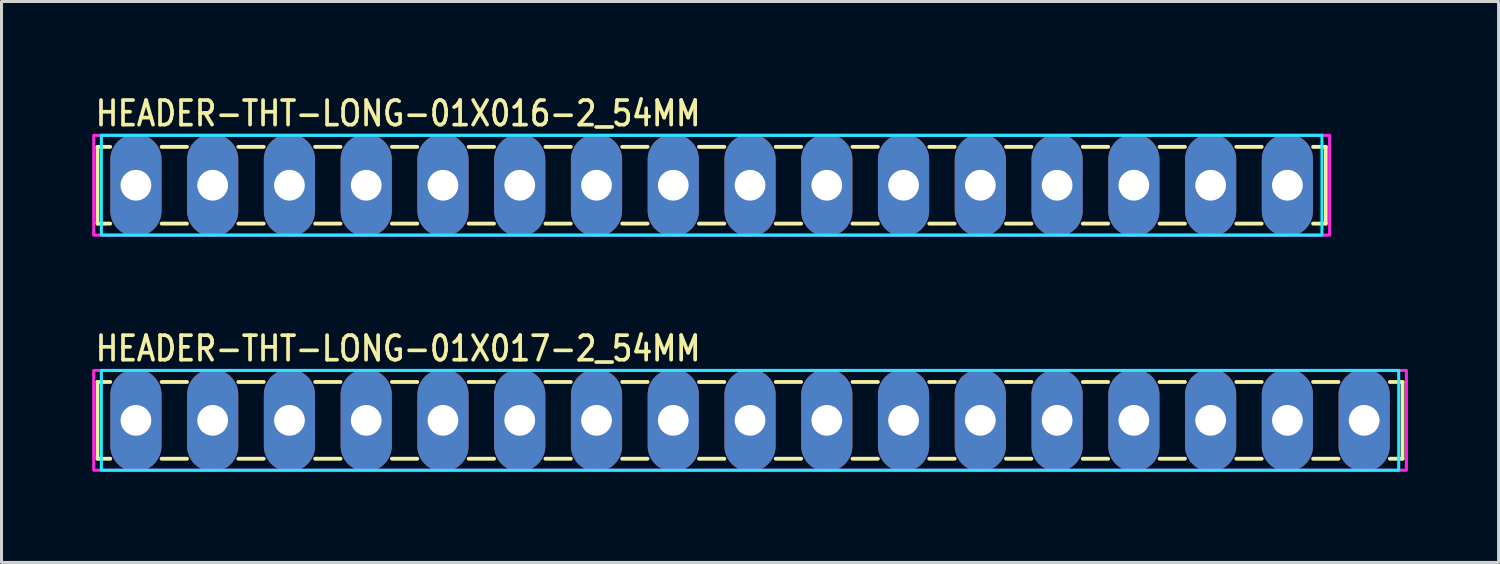
<source format=kicad_pcb>
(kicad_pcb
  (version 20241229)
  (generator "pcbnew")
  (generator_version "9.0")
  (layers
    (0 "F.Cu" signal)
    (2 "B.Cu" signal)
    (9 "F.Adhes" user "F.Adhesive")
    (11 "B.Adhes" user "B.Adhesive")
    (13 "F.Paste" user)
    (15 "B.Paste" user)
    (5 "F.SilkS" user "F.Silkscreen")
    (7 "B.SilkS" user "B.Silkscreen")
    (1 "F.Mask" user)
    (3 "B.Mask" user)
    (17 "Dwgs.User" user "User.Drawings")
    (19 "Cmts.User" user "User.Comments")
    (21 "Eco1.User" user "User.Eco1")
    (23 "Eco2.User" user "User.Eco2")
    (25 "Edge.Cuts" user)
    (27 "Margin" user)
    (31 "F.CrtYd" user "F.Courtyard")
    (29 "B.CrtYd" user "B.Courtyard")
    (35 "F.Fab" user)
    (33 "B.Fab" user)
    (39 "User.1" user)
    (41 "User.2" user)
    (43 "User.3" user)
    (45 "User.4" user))
  (footprint "HEADER-THT-LONG-01X017-2_54MM"
    (layer "F.Cu")
    (at 1.447 10.858)
    (property "Reference" "HEADER-THT-LONG-01X017-2_54MM" (at -1.4 -1.9 0) (unlocked yes) (layer "F.SilkS") (effects (font (size 0.813 0.695) (thickness 0.122)) (justify left bottom)))
    (fp_line (start -1.27 -1.27) (end -1.27 1.27) (stroke (width 0.127) (type solid)) (layer "F.SilkS"))
    (fp_line (start -1.27 1.27) (end -0.85 1.27) (stroke (width 0.127) (type solid)) (layer "F.SilkS"))
    (fp_line (start -0.85 -1.27) (end -1.27 -1.27) (stroke (width 0.127) (type solid)) (layer "F.SilkS"))
    (fp_line (start 0.85 -1.27) (end 1.69 -1.27) (stroke (width 0.127) (type solid)) (layer "F.SilkS"))
    (fp_line (start 0.85 1.27) (end 1.69 1.27) (stroke (width 0.127) (type solid)) (layer "F.SilkS"))
    (fp_line (start 3.39 -1.27) (end 4.23 -1.27) (stroke (width 0.127) (type solid)) (layer "F.SilkS"))
    (fp_line (start 3.39 1.27) (end 4.23 1.27) (stroke (width 0.127) (type solid)) (layer "F.SilkS"))
    (fp_line (start 5.93 -1.27) (end 6.77 -1.27) (stroke (width 0.127) (type solid)) (layer "F.SilkS"))
    (fp_line (start 5.93 1.27) (end 6.77 1.27) (stroke (width 0.127) (type solid)) (layer "F.SilkS"))
    (fp_line (start 8.47 -1.27) (end 9.31 -1.27) (stroke (width 0.127) (type solid)) (layer "F.SilkS"))
    (fp_line (start 8.47 1.27) (end 9.31 1.27) (stroke (width 0.127) (type solid)) (layer "F.SilkS"))
    (fp_line (start 11.01 -1.27) (end 11.85 -1.27) (stroke (width 0.127) (type solid)) (layer "F.SilkS"))
    (fp_line (start 11.01 1.27) (end 11.85 1.27) (stroke (width 0.127) (type solid)) (layer "F.SilkS"))
    (fp_line (start 13.55 -1.27) (end 14.39 -1.27) (stroke (width 0.127) (type solid)) (layer "F.SilkS"))
    (fp_line (start 13.55 1.27) (end 14.39 1.27) (stroke (width 0.127) (type solid)) (layer "F.SilkS"))
    (fp_line (start 16.09 -1.27) (end 16.93 -1.27) (stroke (width 0.127) (type solid)) (layer "F.SilkS"))
    (fp_line (start 16.09 1.27) (end 16.93 1.27) (stroke (width 0.127) (type solid)) (layer "F.SilkS"))
    (fp_line (start 18.63 -1.27) (end 19.47 -1.27) (stroke (width 0.127) (type solid)) (layer "F.SilkS"))
    (fp_line (start 18.63 1.27) (end 19.47 1.27) (stroke (width 0.127) (type solid)) (layer "F.SilkS"))
    (fp_line (start 21.17 -1.27) (end 22.01 -1.27) (stroke (width 0.127) (type solid)) (layer "F.SilkS"))
    (fp_line (start 21.17 1.27) (end 22.01 1.27) (stroke (width 0.127) (type solid)) (layer "F.SilkS"))
    (fp_line (start 23.71 -1.27) (end 24.55 -1.27) (stroke (width 0.127) (type solid)) (layer "F.SilkS"))
    (fp_line (start 23.71 1.27) (end 24.55 1.27) (stroke (width 0.127) (type solid)) (layer "F.SilkS"))
    (fp_line (start 26.25 -1.27) (end 27.09 -1.27) (stroke (width 0.127) (type solid)) (layer "F.SilkS"))
    (fp_line (start 26.25 1.27) (end 27.09 1.27) (stroke (width 0.127) (type solid)) (layer "F.SilkS"))
    (fp_line (start 28.79 -1.27) (end 29.63 -1.27) (stroke (width 0.127) (type solid)) (layer "F.SilkS"))
    (fp_line (start 28.79 1.27) (end 29.63 1.27) (stroke (width 0.127) (type solid)) (layer "F.SilkS"))
    (fp_line (start 31.33 -1.27) (end 32.17 -1.27) (stroke (width 0.127) (type solid)) (layer "F.SilkS"))
    (fp_line (start 31.33 1.27) (end 32.17 1.27) (stroke (width 0.127) (type solid)) (layer "F.SilkS"))
    (fp_line (start 33.87 -1.27) (end 34.71 -1.27) (stroke (width 0.127) (type solid)) (layer "F.SilkS"))
    (fp_line (start 33.87 1.27) (end 34.71 1.27) (stroke (width 0.127) (type solid)) (layer "F.SilkS"))
    (fp_line (start 36.41 -1.27) (end 37.25 -1.27) (stroke (width 0.127) (type solid)) (layer "F.SilkS"))
    (fp_line (start 36.41 1.27) (end 37.25 1.27) (stroke (width 0.127) (type solid)) (layer "F.SilkS"))
    (fp_line (start 38.95 -1.27) (end 39.79 -1.27) (stroke (width 0.127) (type solid)) (layer "F.SilkS"))
    (fp_line (start 38.95 1.27) (end 39.79 1.27) (stroke (width 0.127) (type solid)) (layer "F.SilkS"))
    (fp_line (start 41.49 -1.27) (end 41.91 -1.27) (stroke (width 0.127) (type solid)) (layer "F.SilkS"))
    (fp_line (start 41.91 -1.27) (end 41.91 1.27) (stroke (width 0.127) (type solid)) (layer "F.SilkS"))
    (fp_line (start 41.91 1.27) (end 41.49 1.27) (stroke (width 0.127) (type solid)) (layer "F.SilkS"))
    (fp_poly (pts (xy -1.143 -1.651) (xy 41.783 -1.651) (xy 41.783 1.651) (xy -1.143 1.651)) (stroke (width 0.1) (type solid)) (fill no) (layer "B.CrtYd"))
    (fp_poly (pts (xy -1.397 -1.651) (xy 42.037 -1.651) (xy 42.037 1.651) (xy -1.397 1.651)) (stroke (width 0.1) (type solid)) (fill no) (layer "F.CrtYd"))
    (pad "1" thru_hole oval (at 0 0 90) (size 3.387 1.693) (drill 1.016) (layers "*.Cu" "*.Mask"))
    (pad "2" thru_hole oval (at 2.54 0 90) (size 3.387 1.693) (drill 1.016) (layers "*.Cu" "*.Mask"))
    (pad "3" thru_hole oval (at 5.08 0 90) (size 3.387 1.693) (drill 1.016) (layers "*.Cu" "*.Mask"))
    (pad "4" thru_hole oval (at 7.62 0 90) (size 3.387 1.693) (drill 1.016) (layers "*.Cu" "*.Mask"))
    (pad "5" thru_hole oval (at 10.16 0 90) (size 3.387 1.693) (drill 1.016) (layers "*.Cu" "*.Mask"))
    (pad "6" thru_hole oval (at 12.7 0 90) (size 3.387 1.693) (drill 1.016) (layers "*.Cu" "*.Mask"))
    (pad "7" thru_hole oval (at 15.24 0 90) (size 3.387 1.693) (drill 1.016) (layers "*.Cu" "*.Mask"))
    (pad "8" thru_hole oval (at 17.78 0 90) (size 3.387 1.693) (drill 1.016) (layers "*.Cu" "*.Mask"))
    (pad "9" thru_hole oval (at 20.32 0 90) (size 3.387 1.693) (drill 1.016) (layers "*.Cu" "*.Mask"))
    (pad "10" thru_hole oval (at 22.86 0 90) (size 3.387 1.693) (drill 1.016) (layers "*.Cu" "*.Mask"))
    (pad "11" thru_hole oval (at 25.4 0 90) (size 3.387 1.693) (drill 1.016) (layers "*.Cu" "*.Mask"))
    (pad "12" thru_hole oval (at 27.94 0 90) (size 3.387 1.693) (drill 1.016) (layers "*.Cu" "*.Mask"))
    (pad "13" thru_hole oval (at 30.48 0 90) (size 3.387 1.693) (drill 1.016) (layers "*.Cu" "*.Mask"))
    (pad "14" thru_hole oval (at 33.02 0 90) (size 3.387 1.693) (drill 1.016) (layers "*.Cu" "*.Mask"))
    (pad "15" thru_hole oval (at 35.56 0 90) (size 3.387 1.693) (drill 1.016) (layers "*.Cu" "*.Mask"))
    (pad "16" thru_hole oval (at 38.1 0 90) (size 3.387 1.693) (drill 1.016) (layers "*.Cu" "*.Mask"))
    (pad "17" thru_hole oval (at 40.64 0 90) (size 3.387 1.693) (drill 1.016) (layers "*.Cu" "*.Mask")))
  (footprint "HEADER-THT-LONG-01X016-2_54MM"
    (layer "F.Cu")
    (at 1.447 3.079)
    (property "Reference" "HEADER-THT-LONG-01X016-2_54MM" (at -1.4 -1.9 0) (unlocked yes) (layer "F.SilkS") (effects (font (size 0.813 0.695) (thickness 0.122)) (justify left bottom)))
    (fp_line (start -1.27 -1.27) (end -1.27 1.27) (stroke (width 0.127) (type solid)) (layer "F.SilkS"))
    (fp_line (start -1.27 1.27) (end -0.85 1.27) (stroke (width 0.127) (type solid)) (layer "F.SilkS"))
    (fp_line (start -0.85 -1.27) (end -1.27 -1.27) (stroke (width 0.127) (type solid)) (layer "F.SilkS"))
    (fp_line (start 0.85 -1.27) (end 1.69 -1.27) (stroke (width 0.127) (type solid)) (layer "F.SilkS"))
    (fp_line (start 0.85 1.27) (end 1.69 1.27) (stroke (width 0.127) (type solid)) (layer "F.SilkS"))
    (fp_line (start 3.39 -1.27) (end 4.23 -1.27) (stroke (width 0.127) (type solid)) (layer "F.SilkS"))
    (fp_line (start 3.39 1.27) (end 4.23 1.27) (stroke (width 0.127) (type solid)) (layer "F.SilkS"))
    (fp_line (start 5.93 -1.27) (end 6.77 -1.27) (stroke (width 0.127) (type solid)) (layer "F.SilkS"))
    (fp_line (start 5.93 1.27) (end 6.77 1.27) (stroke (width 0.127) (type solid)) (layer "F.SilkS"))
    (fp_line (start 8.47 -1.27) (end 9.31 -1.27) (stroke (width 0.127) (type solid)) (layer "F.SilkS"))
    (fp_line (start 8.47 1.27) (end 9.31 1.27) (stroke (width 0.127) (type solid)) (layer "F.SilkS"))
    (fp_line (start 11.01 -1.27) (end 11.85 -1.27) (stroke (width 0.127) (type solid)) (layer "F.SilkS"))
    (fp_line (start 11.01 1.27) (end 11.85 1.27) (stroke (width 0.127) (type solid)) (layer "F.SilkS"))
    (fp_line (start 13.55 -1.27) (end 14.39 -1.27) (stroke (width 0.127) (type solid)) (layer "F.SilkS"))
    (fp_line (start 13.55 1.27) (end 14.39 1.27) (stroke (width 0.127) (type solid)) (layer "F.SilkS"))
    (fp_line (start 16.09 -1.27) (end 16.93 -1.27) (stroke (width 0.127) (type solid)) (layer "F.SilkS"))
    (fp_line (start 16.09 1.27) (end 16.93 1.27) (stroke (width 0.127) (type solid)) (layer "F.SilkS"))
    (fp_line (start 18.63 -1.27) (end 19.47 -1.27) (stroke (width 0.127) (type solid)) (layer "F.SilkS"))
    (fp_line (start 18.63 1.27) (end 19.47 1.27) (stroke (width 0.127) (type solid)) (layer "F.SilkS"))
    (fp_line (start 21.17 -1.27) (end 22.01 -1.27) (stroke (width 0.127) (type solid)) (layer "F.SilkS"))
    (fp_line (start 21.17 1.27) (end 22.01 1.27) (stroke (width 0.127) (type solid)) (layer "F.SilkS"))
    (fp_line (start 23.71 -1.27) (end 24.55 -1.27) (stroke (width 0.127) (type solid)) (layer "F.SilkS"))
    (fp_line (start 23.71 1.27) (end 24.55 1.27) (stroke (width 0.127) (type solid)) (layer "F.SilkS"))
    (fp_line (start 26.25 -1.27) (end 27.09 -1.27) (stroke (width 0.127) (type solid)) (layer "F.SilkS"))
    (fp_line (start 26.25 1.27) (end 27.09 1.27) (stroke (width 0.127) (type solid)) (layer "F.SilkS"))
    (fp_line (start 28.79 -1.27) (end 29.63 -1.27) (stroke (width 0.127) (type solid)) (layer "F.SilkS"))
    (fp_line (start 28.79 1.27) (end 29.63 1.27) (stroke (width 0.127) (type solid)) (layer "F.SilkS"))
    (fp_line (start 31.33 -1.27) (end 32.17 -1.27) (stroke (width 0.127) (type solid)) (layer "F.SilkS"))
    (fp_line (start 31.33 1.27) (end 32.17 1.27) (stroke (width 0.127) (type solid)) (layer "F.SilkS"))
    (fp_line (start 33.87 -1.27) (end 34.71 -1.27) (stroke (width 0.127) (type solid)) (layer "F.SilkS"))
    (fp_line (start 33.87 1.27) (end 34.71 1.27) (stroke (width 0.127) (type solid)) (layer "F.SilkS"))
    (fp_line (start 36.41 -1.27) (end 37.25 -1.27) (stroke (width 0.127) (type solid)) (layer "F.SilkS"))
    (fp_line (start 36.41 1.27) (end 37.25 1.27) (stroke (width 0.127) (type solid)) (layer "F.SilkS"))
    (fp_line (start 38.95 -1.27) (end 39.37 -1.27) (stroke (width 0.127) (type solid)) (layer "F.SilkS"))
    (fp_line (start 39.37 -1.27) (end 39.37 1.27) (stroke (width 0.127) (type solid)) (layer "F.SilkS"))
    (fp_line (start 39.37 1.27) (end 38.95 1.27) (stroke (width 0.127) (type solid)) (layer "F.SilkS"))
    (fp_poly (pts (xy -1.143 -1.651) (xy 39.243 -1.651) (xy 39.243 1.651) (xy -1.143 1.651)) (stroke (width 0.1) (type solid)) (fill no) (layer "B.CrtYd"))
    (fp_poly (pts (xy -1.397 -1.651) (xy 39.497 -1.651) (xy 39.497 1.651) (xy -1.397 1.651)) (stroke (width 0.1) (type solid)) (fill no) (layer "F.CrtYd"))
    (pad "1" thru_hole oval (at 0 0 90) (size 3.387 1.693) (drill 1.016) (layers "*.Cu" "*.Mask"))
    (pad "2" thru_hole oval (at 2.54 0 90) (size 3.387 1.693) (drill 1.016) (layers "*.Cu" "*.Mask"))
    (pad "3" thru_hole oval (at 5.08 0 90) (size 3.387 1.693) (drill 1.016) (layers "*.Cu" "*.Mask"))
    (pad "4" thru_hole oval (at 7.62 0 90) (size 3.387 1.693) (drill 1.016) (layers "*.Cu" "*.Mask"))
    (pad "5" thru_hole oval (at 10.16 0 90) (size 3.387 1.693) (drill 1.016) (layers "*.Cu" "*.Mask"))
    (pad "6" thru_hole oval (at 12.7 0 90) (size 3.387 1.693) (drill 1.016) (layers "*.Cu" "*.Mask"))
    (pad "7" thru_hole oval (at 15.24 0 90) (size 3.387 1.693) (drill 1.016) (layers "*.Cu" "*.Mask"))
    (pad "8" thru_hole oval (at 17.78 0 90) (size 3.387 1.693) (drill 1.016) (layers "*.Cu" "*.Mask"))
    (pad "9" thru_hole oval (at 20.32 0 90) (size 3.387 1.693) (drill 1.016) (layers "*.Cu" "*.Mask"))
    (pad "10" thru_hole oval (at 22.86 0 90) (size 3.387 1.693) (drill 1.016) (layers "*.Cu" "*.Mask"))
    (pad "11" thru_hole oval (at 25.4 0 90) (size 3.387 1.693) (drill 1.016) (layers "*.Cu" "*.Mask"))
    (pad "12" thru_hole oval (at 27.94 0 90) (size 3.387 1.693) (drill 1.016) (layers "*.Cu" "*.Mask"))
    (pad "13" thru_hole oval (at 30.48 0 90) (size 3.387 1.693) (drill 1.016) (layers "*.Cu" "*.Mask"))
    (pad "14" thru_hole oval (at 33.02 0 90) (size 3.387 1.693) (drill 1.016) (layers "*.Cu" "*.Mask"))
    (pad "15" thru_hole oval (at 35.56 0 90) (size 3.387 1.693) (drill 1.016) (layers "*.Cu" "*.Mask"))
    (pad "16" thru_hole oval (at 38.1 0 90) (size 3.387 1.693) (drill 1.016) (layers "*.Cu" "*.Mask")))
  (gr_rect
    (start -3 -3)
    (end 46.534 15.559)
    (stroke (width 0.1) (type default))
    (fill no)
    (layer "Edge.Cuts")))
</source>
